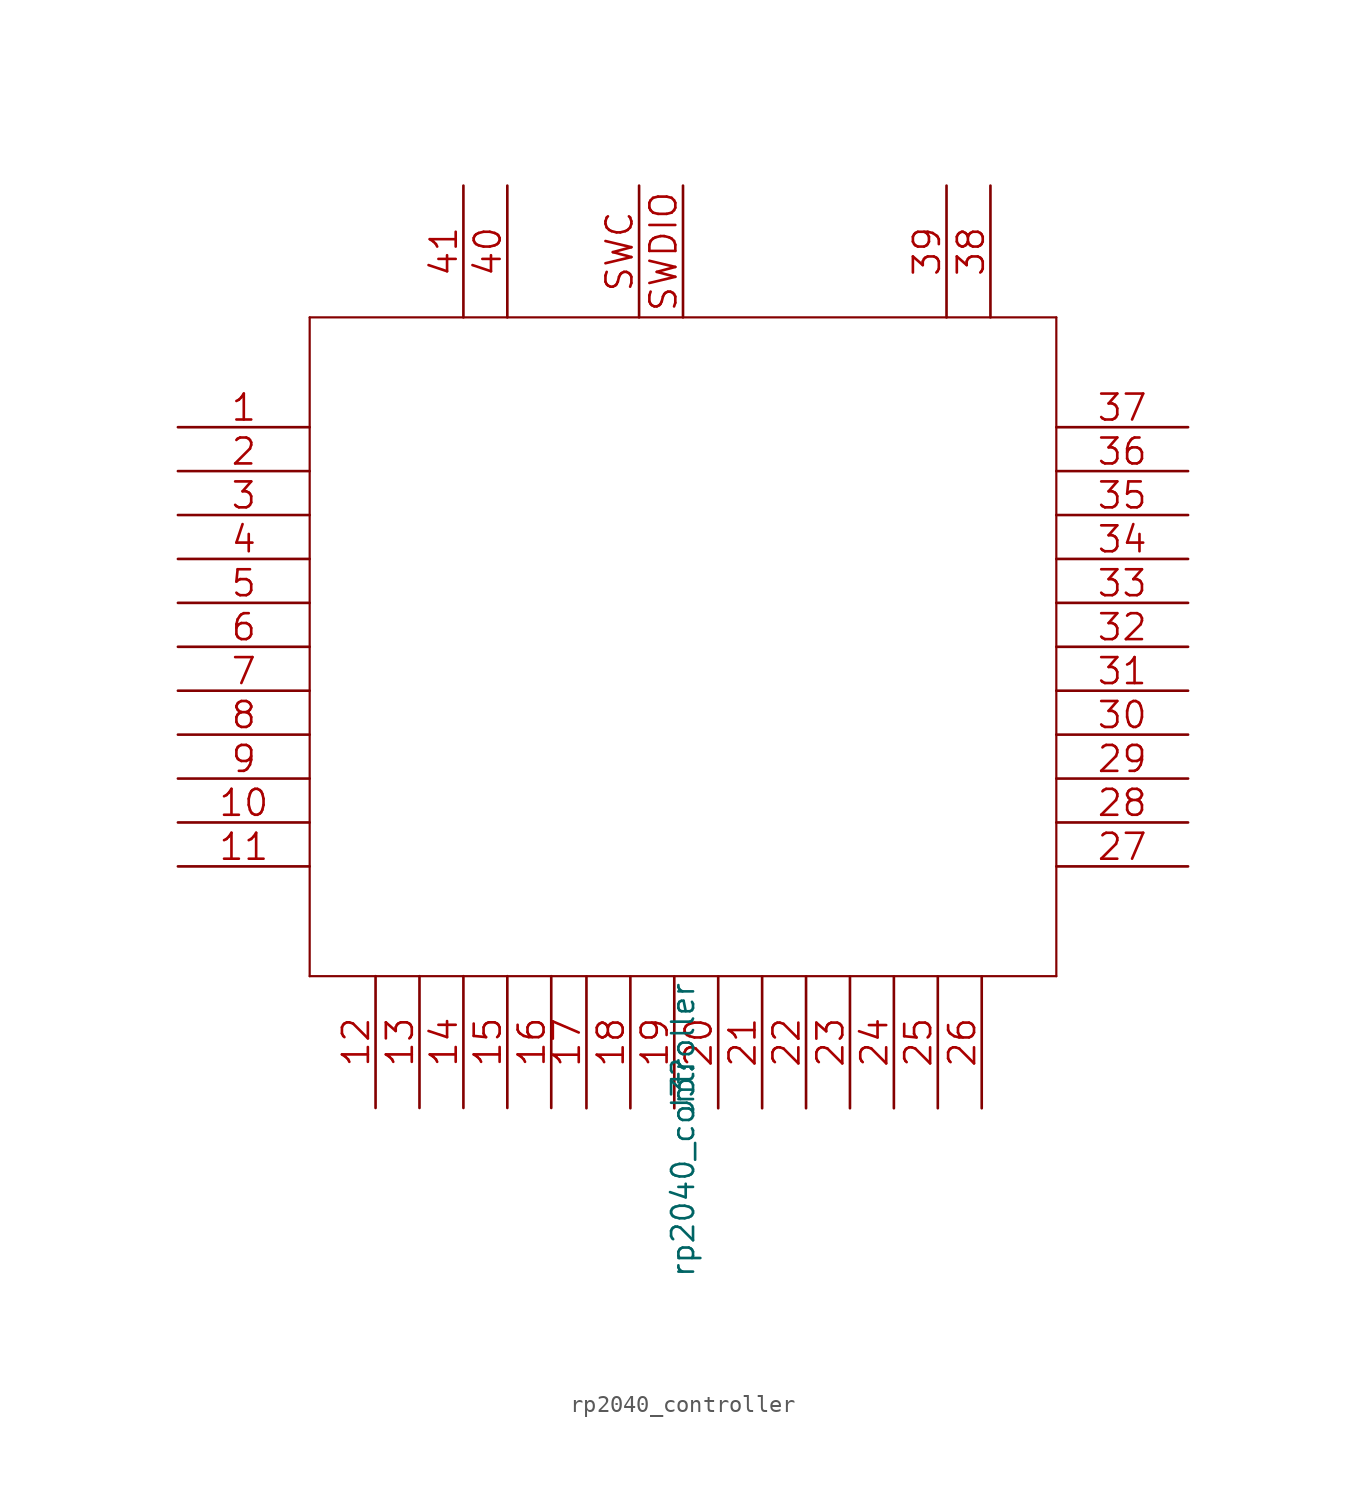
<source format=kicad_sym>
(kicad_symbol_lib
  (version 20211014)
  (generator kicad_symbol_editor)
  (symbol "rp2040_controller"
    (pin_names
      (offset 1.016) hide)
    (property "Reference" "J3"
      (at 1.27 -26.67 90)
      (effects (font (size 1.27 1.27))))
    (property "Value" "rp2040_controller"
      (at 1.27 -29.21 90)
      (effects (font (size 1.27 1.27))))
    (symbol "rp2040_controller_1_1"
      (polyline (pts (xy -20.32 -20.32) (xy 22.86 -20.32)) (stroke (width 0.127) (type default) (color 0 0 0 0)) (fill (type none)))
      (polyline (pts (xy -20.32 17.78) (xy -20.32 -20.32)) (stroke (width 0.127) (type default) (color 0 0 0 0)) (fill (type none)))
      (polyline (pts (xy 22.86 -20.32) (xy 22.86 17.78)) (stroke (width 0.127) (type default) (color 0 0 0 0)) (fill (type none)))
      (polyline (pts (xy 22.86 17.78) (xy -20.32 17.78)) (stroke (width 0.127) (type default) (color 0 0 0 0)) (fill (type none)))
      (pin power_in line (at -27.94 11.43 0) (length 7.62) (name "IOVDD" (effects (font (size 1.499 1.499)))) (number "1" (effects (font (size 1.499 1.499)))))
      (pin power_in line (at -27.94 -11.43 0) (length 7.62) (name "IOVDD" (effects (font (size 1.499 1.499)))) (number "10" (effects (font (size 1.499 1.499)))))
      (pin bidirectional line (at -27.94 -13.97 0) (length 7.62) (name "GPIO8" (effects (font (size 1.499 1.499)))) (number "11" (effects (font (size 1.499 1.499)))))
      (pin bidirectional line (at -16.51 -27.94 90) (length 7.62) (name "GPIO9" (effects (font (size 1.499 1.499)))) (number "12" (effects (font (size 1.499 1.499)))))
      (pin bidirectional line (at -13.97 -27.94 90) (length 7.62) (name "GPIO10" (effects (font (size 1.499 1.499)))) (number "13" (effects (font (size 1.499 1.499)))))
      (pin bidirectional line (at -11.43 -27.94 90) (length 7.62) (name "GPIO11" (effects (font (size 1.499 1.499)))) (number "14" (effects (font (size 1.499 1.499)))))
      (pin bidirectional line (at -8.89 -27.94 90) (length 7.62) (name "GPIO12" (effects (font (size 1.499 1.499)))) (number "15" (effects (font (size 1.499 1.499)))))
      (pin bidirectional line (at -6.35 -27.94 90) (length 7.62) (name "GPIO13" (effects (font (size 1.499 1.499)))) (number "16" (effects (font (size 1.499 1.499)))))
      (pin bidirectional line (at -4.314 -27.957 90) (length 7.62) (name "GPIO14" (effects (font (size 1.499 1.499)))) (number "17" (effects (font (size 1.499 1.499)))))
      (pin bidirectional line (at -1.774 -27.957 90) (length 7.62) (name "GPIO15" (effects (font (size 1.499 1.499)))) (number "18" (effects (font (size 1.499 1.499)))))
      (pin unspecified line (at 0.766 -27.957 90) (length 7.62) (name "TESTEN" (effects (font (size 1.499 1.499)))) (number "19" (effects (font (size 1.499 1.499)))))
      (pin bidirectional line (at -27.94 8.89 0) (length 7.62) (name "GPIO0" (effects (font (size 1.499 1.499)))) (number "2" (effects (font (size 1.499 1.499)))))
      (pin unspecified line (at 3.306 -27.957 90) (length 7.62) (name "XIN" (effects (font (size 1.499 1.499)))) (number "20" (effects (font (size 1.499 1.499)))))
      (pin output line (at 5.846 -27.957 90) (length 7.62) (name "XOUT" (effects (font (size 1.499 1.499)))) (number "21" (effects (font (size 1.499 1.499)))))
      (pin power_in line (at 8.386 -27.957 90) (length 7.62) (name "IOVDD" (effects (font (size 1.499 1.499)))) (number "22" (effects (font (size 1.499 1.499)))))
      (pin power_in line (at 10.926 -27.957 90) (length 7.62) (name "DVDD" (effects (font (size 1.499 1.499)))) (number "23" (effects (font (size 1.499 1.499)))))
      (pin unspecified line (at 13.466 -27.957 90) (length 7.62) (name "SWCLK" (effects (font (size 1.499 1.499)))) (number "24" (effects (font (size 1.499 1.499)))))
      (pin unspecified line (at 16.006 -27.957 90) (length 7.62) (name "SWDIO" (effects (font (size 1.499 1.499)))) (number "25" (effects (font (size 1.499 1.499)))))
      (pin unspecified line (at 18.546 -27.957 90) (length 7.62) (name "RUN" (effects (font (size 1.499 1.499)))) (number "26" (effects (font (size 1.499 1.499)))))
      (pin bidirectional line (at 30.48 -13.97 180) (length 7.62) (name "GPIO16" (effects (font (size 1.499 1.499)))) (number "27" (effects (font (size 1.499 1.499)))))
      (pin bidirectional line (at 30.48 -11.43 180) (length 7.62) (name "GPIO17" (effects (font (size 1.499 1.499)))) (number "28" (effects (font (size 1.499 1.499)))))
      (pin bidirectional line (at 30.48 -8.89 180) (length 7.62) (name "GPIO18" (effects (font (size 1.499 1.499)))) (number "29" (effects (font (size 1.499 1.499)))))
      (pin bidirectional line (at -27.94 6.35 0) (length 7.62) (name "GPIO1" (effects (font (size 1.499 1.499)))) (number "3" (effects (font (size 1.499 1.499)))))
      (pin bidirectional line (at 30.48 -6.35 180) (length 7.62) (name "GPIO19" (effects (font (size 1.499 1.499)))) (number "30" (effects (font (size 1.499 1.499)))))
      (pin bidirectional line (at 30.48 -3.81 180) (length 7.62) (name "GPIO20" (effects (font (size 1.499 1.499)))) (number "31" (effects (font (size 1.499 1.499)))))
      (pin bidirectional line (at 30.48 -1.27 180) (length 7.62) (name "GPIO21" (effects (font (size 1.499 1.499)))) (number "32" (effects (font (size 1.499 1.499)))))
      (pin power_in line (at 30.48 1.27 180) (length 7.62) (name "IOVDD" (effects (font (size 1.499 1.499)))) (number "33" (effects (font (size 1.499 1.499)))))
      (pin bidirectional line (at 30.48 3.81 180) (length 7.62) (name "GPIO22" (effects (font (size 1.499 1.499)))) (number "34" (effects (font (size 1.499 1.499)))))
      (pin bidirectional line (at 30.48 6.35 180) (length 7.62) (name "GPIO23" (effects (font (size 1.499 1.499)))) (number "35" (effects (font (size 1.499 1.499)))))
      (pin bidirectional line (at 30.48 8.89 180) (length 7.62) (name "GPIO24" (effects (font (size 1.499 1.499)))) (number "36" (effects (font (size 1.499 1.499)))))
      (pin bidirectional line (at 30.48 11.43 180) (length 7.62) (name "GPIO25" (effects (font (size 1.499 1.499)))) (number "37" (effects (font (size 1.499 1.499)))))
      (pin bidirectional line (at 19.05 25.4 270) (length 7.62) (name "GPIO26/ADC0" (effects (font (size 1.499 1.499)))) (number "38" (effects (font (size 1.499 1.499)))))
      (pin bidirectional line (at 16.51 25.4 270) (length 7.62) (name "GPIO27/ADC1" (effects (font (size 1.499 1.499)))) (number "39" (effects (font (size 1.499 1.499)))))
      (pin bidirectional line (at -27.94 3.81 0) (length 7.62) (name "GPIO2" (effects (font (size 1.499 1.499)))) (number "4" (effects (font (size 1.499 1.499)))))
      (pin bidirectional line (at -8.89 25.4 270) (length 7.62) (name "GPIO28/ADC2" (effects (font (size 1.499 1.499)))) (number "40" (effects (font (size 1.499 1.499)))))
      (pin bidirectional line (at -11.43 25.4 270) (length 7.62) (name "GPIO29/ADC3" (effects (font (size 1.499 1.499)))) (number "41" (effects (font (size 1.499 1.499)))))
      (pin bidirectional line (at -27.94 1.27 0) (length 7.62) (name "GPIO3" (effects (font (size 1.499 1.499)))) (number "5" (effects (font (size 1.499 1.499)))))
      (pin bidirectional line (at -27.94 -1.27 0) (length 7.62) (name "GPIO4" (effects (font (size 1.499 1.499)))) (number "6" (effects (font (size 1.499 1.499)))))
      (pin bidirectional line (at -27.94 -3.81 0) (length 7.62) (name "GPIO5" (effects (font (size 1.499 1.499)))) (number "7" (effects (font (size 1.499 1.499)))))
      (pin bidirectional line (at -27.94 -6.35 0) (length 7.62) (name "GPIO6" (effects (font (size 1.499 1.499)))) (number "8" (effects (font (size 1.499 1.499)))))
      (pin bidirectional line (at -27.94 -8.89 0) (length 7.62) (name "GPIO7" (effects (font (size 1.499 1.499)))) (number "9" (effects (font (size 1.499 1.499)))))
      (pin bidirectional line (at -1.27 25.4 270) (length 7.62) (name "SWC" (effects (font (size 1.499 1.499)))) (number "SWC" (effects (font (size 1.499 1.499)))))
      (pin bidirectional line (at 1.27 25.4 270) (length 7.62) (name "SWDIO" (effects (font (size 1.499 1.499)))) (number "SWDIO" (effects (font (size 1.499 1.499))))))))
</source>
